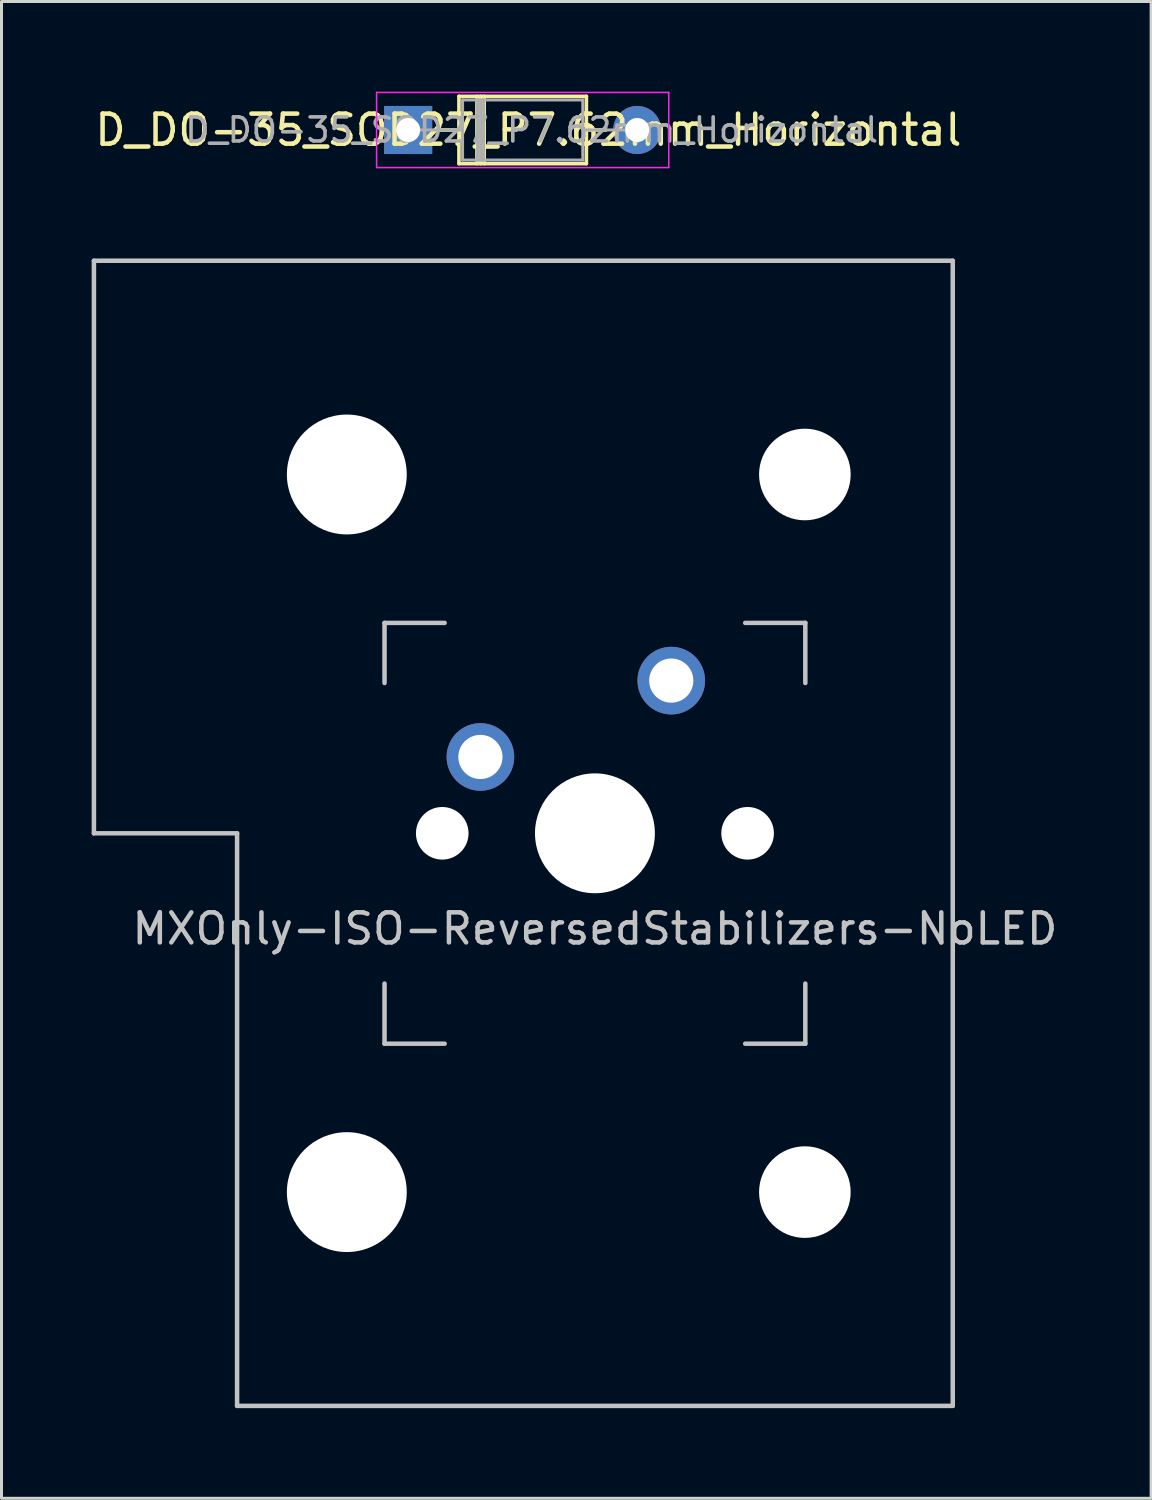
<source format=kicad_pcb>
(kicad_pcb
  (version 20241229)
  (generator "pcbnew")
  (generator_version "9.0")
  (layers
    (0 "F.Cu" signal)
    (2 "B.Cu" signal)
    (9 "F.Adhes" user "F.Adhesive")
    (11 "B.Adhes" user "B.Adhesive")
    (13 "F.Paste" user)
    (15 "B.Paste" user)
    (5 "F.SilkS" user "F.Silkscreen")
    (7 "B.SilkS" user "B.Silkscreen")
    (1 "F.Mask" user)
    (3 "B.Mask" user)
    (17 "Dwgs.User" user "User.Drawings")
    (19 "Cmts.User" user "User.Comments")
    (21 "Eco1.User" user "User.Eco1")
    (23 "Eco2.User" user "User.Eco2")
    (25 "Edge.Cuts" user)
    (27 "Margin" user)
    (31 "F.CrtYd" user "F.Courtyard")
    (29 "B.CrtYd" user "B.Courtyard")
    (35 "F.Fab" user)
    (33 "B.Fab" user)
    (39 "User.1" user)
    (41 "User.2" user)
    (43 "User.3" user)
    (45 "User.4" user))
  (footprint "D_DO-35_SOD27_P7.62mm_Horizontal"
    (layer "F.Cu")
    (at 10.53 1.275)
    (property "Reference" "D_DO-35_SOD27_P7.62mm_Horizontal" (at 4 0 0) (layer "F.SilkS") (effects (font (size 1 1) (thickness 0.15))))
    (attr through_hole)
    (fp_line (start 1.04 0) (end 1.69 0) (stroke (width 0.12) (type solid)) (layer "F.SilkS"))
    (fp_line (start 1.69 -1.12) (end 1.69 1.12) (stroke (width 0.12) (type solid)) (layer "F.SilkS"))
    (fp_line (start 1.69 1.12) (end 5.93 1.12) (stroke (width 0.12) (type solid)) (layer "F.SilkS"))
    (fp_line (start 2.29 -1.12) (end 2.29 1.12) (stroke (width 0.12) (type solid)) (layer "F.SilkS"))
    (fp_line (start 2.41 -1.12) (end 2.41 1.12) (stroke (width 0.12) (type solid)) (layer "F.SilkS"))
    (fp_line (start 2.53 -1.12) (end 2.53 1.12) (stroke (width 0.12) (type solid)) (layer "F.SilkS"))
    (fp_line (start 5.93 -1.12) (end 1.69 -1.12) (stroke (width 0.12) (type solid)) (layer "F.SilkS"))
    (fp_line (start 5.93 1.12) (end 5.93 -1.12) (stroke (width 0.12) (type solid)) (layer "F.SilkS"))
    (fp_line (start 6.58 0) (end 5.93 0) (stroke (width 0.12) (type solid)) (layer "F.SilkS"))
    (fp_line (start -1.05 -1.25) (end -1.05 1.25) (stroke (width 0.05) (type solid)) (layer "F.CrtYd"))
    (fp_line (start -1.05 1.25) (end 8.67 1.25) (stroke (width 0.05) (type solid)) (layer "F.CrtYd"))
    (fp_line (start 8.67 -1.25) (end -1.05 -1.25) (stroke (width 0.05) (type solid)) (layer "F.CrtYd"))
    (fp_line (start 8.67 1.25) (end 8.67 -1.25) (stroke (width 0.05) (type solid)) (layer "F.CrtYd"))
    (fp_line (start 0 0) (end 1.81 0) (stroke (width 0.1) (type solid)) (layer "F.Fab"))
    (fp_line (start 1.81 -1) (end 1.81 1) (stroke (width 0.1) (type solid)) (layer "F.Fab"))
    (fp_line (start 1.81 1) (end 5.81 1) (stroke (width 0.1) (type solid)) (layer "F.Fab"))
    (fp_line (start 2.31 -1) (end 2.31 1) (stroke (width 0.1) (type solid)) (layer "F.Fab"))
    (fp_line (start 2.41 -1) (end 2.41 1) (stroke (width 0.1) (type solid)) (layer "F.Fab"))
    (fp_line (start 2.51 -1) (end 2.51 1) (stroke (width 0.1) (type solid)) (layer "F.Fab"))
    (fp_line (start 5.81 -1) (end 1.81 -1) (stroke (width 0.1) (type solid)) (layer "F.Fab"))
    (fp_line (start 5.81 1) (end 5.81 -1) (stroke (width 0.1) (type solid)) (layer "F.Fab"))
    (fp_line (start 7.62 0) (end 5.81 0) (stroke (width 0.1) (type solid)) (layer "F.Fab"))
    (fp_text user "${REFERENCE}" (at 4.11 0 0) (layer "F.Fab") (effects (font (size 0.8 0.8) (thickness 0.12))))
    (pad "1" thru_hole rect (at 0 0) (size 1.6 1.6) (drill 0.8) (layers "*.Cu" "*.Mask"))
    (pad "2" thru_hole oval (at 7.62 0) (size 1.6 1.6) (drill 0.8) (layers "*.Cu" "*.Mask")))
  (footprint "MXOnly-ISO-ReversedStabilizers-NoLED"
    (layer "F.Cu")
    (at 16.744 24.675)
    (property "Reference" "MXOnly-ISO-ReversedStabilizers-NoLED" (at 0 3.175 0) (layer "Dwgs.User") (effects (font (size 1 1) (thickness 0.15))))
    (attr through_hole)
    (fp_line (start -16.669 -19.05) (end -16.669 0) (stroke (width 0.15) (type solid)) (layer "Dwgs.User"))
    (fp_line (start -16.669 -19.05) (end 11.906 -19.05) (stroke (width 0.15) (type solid)) (layer "Dwgs.User"))
    (fp_line (start -11.906 0) (end -16.669 0) (stroke (width 0.15) (type solid)) (layer "Dwgs.User"))
    (fp_line (start -11.906 19.05) (end -11.906 0) (stroke (width 0.15) (type solid)) (layer "Dwgs.User"))
    (fp_line (start -11.906 19.05) (end 11.906 19.05) (stroke (width 0.15) (type solid)) (layer "Dwgs.User"))
    (fp_line (start -7 -7) (end -7 -5) (stroke (width 0.15) (type solid)) (layer "Dwgs.User"))
    (fp_line (start -7 5) (end -7 7) (stroke (width 0.15) (type solid)) (layer "Dwgs.User"))
    (fp_line (start -7 7) (end -5 7) (stroke (width 0.15) (type solid)) (layer "Dwgs.User"))
    (fp_line (start -5 -7) (end -7 -7) (stroke (width 0.15) (type solid)) (layer "Dwgs.User"))
    (fp_line (start 5 -7) (end 7 -7) (stroke (width 0.15) (type solid)) (layer "Dwgs.User"))
    (fp_line (start 5 7) (end 7 7) (stroke (width 0.15) (type solid)) (layer "Dwgs.User"))
    (fp_line (start 7 -7) (end 7 -5) (stroke (width 0.15) (type solid)) (layer "Dwgs.User"))
    (fp_line (start 7 7) (end 7 5) (stroke (width 0.15) (type solid)) (layer "Dwgs.User"))
    (fp_line (start 11.906 -19.05) (end 11.906 19.05) (stroke (width 0.15) (type solid)) (layer "Dwgs.User"))
    (pad "" np_thru_hole circle (at -8.255 -11.938) (size 3.988 3.988) (drill 3.988) (layers "*.Cu" "*.Mask"))
    (pad "" np_thru_hole circle (at -8.255 11.938) (size 3.988 3.988) (drill 3.988) (layers "*.Cu" "*.Mask"))
    (pad "" np_thru_hole circle (at -5.08 0 48.1) (size 1.75 1.75) (drill 1.75) (layers "*.Cu" "*.Mask"))
    (pad "" np_thru_hole circle (at 0 0) (size 3.988 3.988) (drill 3.988) (layers "*.Cu" "*.Mask"))
    (pad "" np_thru_hole circle (at 5.08 0 48.1) (size 1.75 1.75) (drill 1.75) (layers "*.Cu" "*.Mask"))
    (pad "" np_thru_hole circle (at 6.985 -11.938) (size 3.048 3.048) (drill 3.048) (layers "*.Cu" "*.Mask"))
    (pad "" np_thru_hole circle (at 6.985 11.938) (size 3.048 3.048) (drill 3.048) (layers "*.Cu" "*.Mask"))
    (pad "1" thru_hole circle (at -3.81 -2.54) (size 2.25 2.25) (drill 1.47) (layers "*.Cu" "B.Mask"))
    (pad "2" thru_hole circle (at 2.54 -5.08) (size 2.25 2.25) (drill 1.47) (layers "*.Cu" "B.Mask")))
  (gr_rect
    (start -3 -3)
    (end 35.25 46.8)
    (stroke (width 0.1) (type default))
    (fill no)
    (layer "Edge.Cuts")))
</source>
